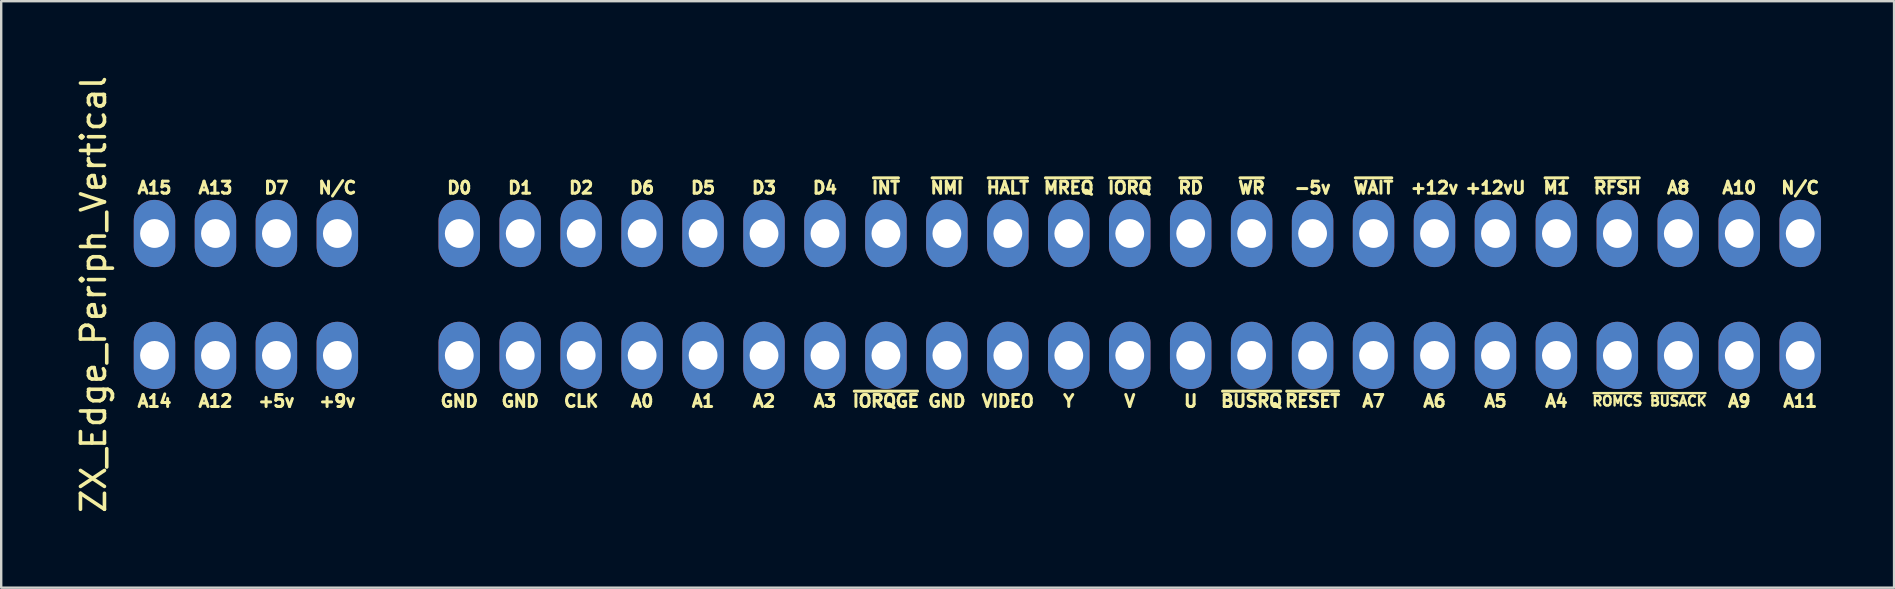
<source format=kicad_pcb>
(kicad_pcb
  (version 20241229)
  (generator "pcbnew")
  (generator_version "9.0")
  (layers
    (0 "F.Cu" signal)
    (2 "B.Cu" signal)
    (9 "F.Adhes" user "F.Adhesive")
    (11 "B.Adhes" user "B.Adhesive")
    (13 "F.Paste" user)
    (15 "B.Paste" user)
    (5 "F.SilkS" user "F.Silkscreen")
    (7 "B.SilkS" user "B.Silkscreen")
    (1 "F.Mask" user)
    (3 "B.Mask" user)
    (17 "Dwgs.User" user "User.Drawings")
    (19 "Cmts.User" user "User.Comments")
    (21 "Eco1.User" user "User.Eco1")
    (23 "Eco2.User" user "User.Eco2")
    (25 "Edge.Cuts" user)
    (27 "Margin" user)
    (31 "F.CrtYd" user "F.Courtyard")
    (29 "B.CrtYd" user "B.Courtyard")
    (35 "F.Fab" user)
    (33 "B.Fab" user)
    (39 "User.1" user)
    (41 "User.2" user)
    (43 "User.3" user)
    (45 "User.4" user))
  (footprint "ZX_Edge_Periph_Vertical"
    (layer "F.Cu")
    (at 36.408 9.22)
    (property "Reference" "ZX_Edge_Periph_Vertical" (at -35.56 0 270) (layer "F.SilkS") (effects (font (size 1 1) (thickness 0.15))))
    (attr through_hole)
    (fp_text user "D1" (at -17.78 -4.445 0) (layer "F.SilkS") (effects (font (size 0.5 0.5) (thickness 0.125))))
    (fp_text user "A1" (at -10.16 4.445 0) (layer "F.SilkS") (effects (font (size 0.5 0.5) (thickness 0.125))))
    (fp_text user "~{RESET}" (at 15.24 4.445 0) (layer "F.SilkS") (effects (font (size 0.5 0.5) (thickness 0.125))))
    (fp_text user "~{HALT}" (at 2.54 -4.445 0) (layer "F.SilkS") (effects (font (size 0.5 0.5) (thickness 0.125))))
    (fp_text user "+9v" (at -25.4 4.445 0) (layer "F.SilkS") (effects (font (size 0.5 0.5) (thickness 0.125))))
    (fp_text user "VIDEO" (at 2.54 4.445 0) (layer "F.SilkS") (effects (font (size 0.5 0.5) (thickness 0.125))))
    (fp_text user "A12" (at -30.48 4.445 0) (layer "F.SilkS") (effects (font (size 0.5 0.5) (thickness 0.125))))
    (fp_text user "~{NMI}" (at 0 -4.445 0) (layer "F.SilkS") (effects (font (size 0.5 0.5) (thickness 0.125))))
    (fp_text user "~{IORQGE}" (at -2.54 4.445 0) (layer "F.SilkS") (effects (font (size 0.5 0.5) (thickness 0.125))))
    (fp_text user "A8" (at 30.48 -4.445 0) (layer "F.SilkS") (effects (font (size 0.5 0.5) (thickness 0.125))))
    (fp_text user "~{BUSACK}" (at 30.48 4.445 0) (layer "F.SilkS") (effects (font (size 0.4 0.4) (thickness 0.1))))
    (fp_text user "A10" (at 33.02 -4.445 0) (layer "F.SilkS") (effects (font (size 0.5 0.5) (thickness 0.125))))
    (fp_text user "D7" (at -27.94 -4.445 0) (layer "F.SilkS") (effects (font (size 0.5 0.5) (thickness 0.125))))
    (fp_text user "A3" (at -5.08 4.445 0) (layer "F.SilkS") (effects (font (size 0.5 0.5) (thickness 0.125))))
    (fp_text user "A9" (at 33.02 4.445 0) (layer "F.SilkS") (effects (font (size 0.5 0.5) (thickness 0.125))))
    (fp_text user "GND" (at -17.78 4.445 0) (layer "F.SilkS") (effects (font (size 0.5 0.5) (thickness 0.125))))
    (fp_text user "D3" (at -7.62 -4.445 0) (layer "F.SilkS") (effects (font (size 0.5 0.5) (thickness 0.125))))
    (fp_text user "A11" (at 35.56 4.445 0) (layer "F.SilkS") (effects (font (size 0.5 0.5) (thickness 0.125))))
    (fp_text user "A13" (at -30.48 -4.445 0) (layer "F.SilkS") (effects (font (size 0.5 0.5) (thickness 0.125))))
    (fp_text user "N/C" (at -25.4 -4.445 0) (layer "F.SilkS") (effects (font (size 0.5 0.5) (thickness 0.125))))
    (fp_text user "CLK" (at -15.24 4.445 0) (layer "F.SilkS") (effects (font (size 0.5 0.5) (thickness 0.125))))
    (fp_text user "Y" (at 5.08 4.445 0) (layer "F.SilkS") (effects (font (size 0.5 0.5) (thickness 0.125))))
    (fp_text user "A7" (at 17.78 4.445 0) (layer "F.SilkS") (effects (font (size 0.5 0.5) (thickness 0.125))))
    (fp_text user "~{IORQ}" (at 7.62 -4.445 0) (layer "F.SilkS") (effects (font (size 0.5 0.5) (thickness 0.125))))
    (fp_text user "V" (at 7.62 4.445 0) (layer "F.SilkS") (effects (font (size 0.5 0.5) (thickness 0.125))))
    (fp_text user "~{RFSH}" (at 27.94 -4.445 0) (layer "F.SilkS") (effects (font (size 0.5 0.5) (thickness 0.125))))
    (fp_text user "A4" (at 25.4 4.445 0) (layer "F.SilkS") (effects (font (size 0.5 0.5) (thickness 0.125))))
    (fp_text user "+12v" (at 20.32 -4.445 0) (layer "F.SilkS") (effects (font (size 0.5 0.5) (thickness 0.125))))
    (fp_text user "~{BUSRQ}" (at 12.7 4.445 0) (layer "F.SilkS") (effects (font (size 0.5 0.5) (thickness 0.125))))
    (fp_text user "~{WR}" (at 12.7 -4.445 0) (layer "F.SilkS") (effects (font (size 0.5 0.5) (thickness 0.125))))
    (fp_text user "~{MREQ}" (at 5.08 -4.445 0) (layer "F.SilkS") (effects (font (size 0.5 0.5) (thickness 0.125))))
    (fp_text user "+5v" (at -27.94 4.445 0) (layer "F.SilkS") (effects (font (size 0.5 0.5) (thickness 0.125))))
    (fp_text user "~{WAIT}" (at 17.78 -4.445 0) (layer "F.SilkS") (effects (font (size 0.5 0.5) (thickness 0.125))))
    (fp_text user "A2" (at -7.62 4.445 0) (layer "F.SilkS") (effects (font (size 0.5 0.5) (thickness 0.125))))
    (fp_text user "D0" (at -20.32 -4.445 0) (layer "F.SilkS") (effects (font (size 0.5 0.5) (thickness 0.125))))
    (fp_text user "GND" (at -20.32 4.445 0) (layer "F.SilkS") (effects (font (size 0.5 0.5) (thickness 0.125))))
    (fp_text user "A0" (at -12.7 4.445 0) (layer "F.SilkS") (effects (font (size 0.5 0.5) (thickness 0.125))))
    (fp_text user "GND" (at 0 4.445 0) (layer "F.SilkS") (effects (font (size 0.5 0.5) (thickness 0.125))))
    (fp_text user "~{INT}" (at -2.54 -4.445 0) (layer "F.SilkS") (effects (font (size 0.5 0.5) (thickness 0.125))))
    (fp_text user "N/C" (at 35.56 -4.445 0) (layer "F.SilkS") (effects (font (size 0.5 0.5) (thickness 0.125))))
    (fp_text user "A6" (at 20.32 4.445 0) (layer "F.SilkS") (effects (font (size 0.5 0.5) (thickness 0.125))))
    (fp_text user "D2" (at -15.24 -4.445 0) (layer "F.SilkS") (effects (font (size 0.5 0.5) (thickness 0.125))))
    (fp_text user "D4" (at -5.08 -4.445 0) (layer "F.SilkS") (effects (font (size 0.5 0.5) (thickness 0.125))))
    (fp_text user "~{M1}" (at 25.4 -4.445 0) (layer "F.SilkS") (effects (font (size 0.5 0.5) (thickness 0.125))))
    (fp_text user "D5" (at -10.16 -4.445 0) (layer "F.SilkS") (effects (font (size 0.5 0.5) (thickness 0.125))))
    (fp_text user "D6" (at -12.7 -4.445 0) (layer "F.SilkS") (effects (font (size 0.5 0.5) (thickness 0.125))))
    (fp_text user "A5" (at 22.86 4.445 0) (layer "F.SilkS") (effects (font (size 0.5 0.5) (thickness 0.125))))
    (fp_text user "U" (at 10.16 4.445 0) (layer "F.SilkS") (effects (font (size 0.5 0.5) (thickness 0.125))))
    (fp_text user "-5v" (at 15.24 -4.445 0) (layer "F.SilkS") (effects (font (size 0.5 0.5) (thickness 0.125))))
    (fp_text user "+12vU" (at 22.86 -4.445 0) (layer "F.SilkS") (effects (font (size 0.5 0.5) (thickness 0.125))))
    (fp_text user "A15" (at -33.02 -4.445 0) (layer "F.SilkS") (effects (font (size 0.5 0.5) (thickness 0.125))))
    (fp_text user "~{ROMCS}" (at 27.94 4.445 0) (layer "F.SilkS") (effects (font (size 0.4 0.4) (thickness 0.1))))
    (fp_text user "A14" (at -33.02 4.445 0) (layer "F.SilkS") (effects (font (size 0.5 0.5) (thickness 0.125))))
    (fp_text user "~{RD}" (at 10.16 -4.445 0) (layer "F.SilkS") (effects (font (size 0.5 0.5) (thickness 0.125))))
    (pad "A1" thru_hole oval (at -33.02 2.54) (size 1.727 2.8) (drill 1.2) (layers "*.Cu" "*.Mask"))
    (pad "A2" thru_hole oval (at -30.48 2.54) (size 1.727 2.8) (drill 1.2) (layers "*.Cu" "*.Mask"))
    (pad "A3" thru_hole oval (at -27.94 2.54) (size 1.727 2.8) (drill 1.2) (layers "*.Cu" "*.Mask"))
    (pad "A4" thru_hole oval (at -25.4 2.54) (size 1.727 2.8) (drill 1.2) (layers "*.Cu" "*.Mask"))
    (pad "A6" thru_hole oval (at -20.32 2.54) (size 1.727 2.8) (drill 1.2) (layers "*.Cu" "*.Mask"))
    (pad "A7" thru_hole oval (at -17.78 2.54) (size 1.727 2.8) (drill 1.2) (layers "*.Cu" "*.Mask"))
    (pad "A8" thru_hole oval (at -15.24 2.54) (size 1.727 2.8) (drill 1.2) (layers "*.Cu" "*.Mask"))
    (pad "A9" thru_hole oval (at -12.7 2.54) (size 1.727 2.8) (drill 1.2) (layers "*.Cu" "*.Mask"))
    (pad "A10" thru_hole oval (at -10.16 2.54) (size 1.727 2.8) (drill 1.2) (layers "*.Cu" "*.Mask"))
    (pad "A11" thru_hole oval (at -7.62 2.54) (size 1.727 2.8) (drill 1.2) (layers "*.Cu" "*.Mask"))
    (pad "A12" thru_hole oval (at -5.08 2.54) (size 1.727 2.8) (drill 1.2) (layers "*.Cu" "*.Mask"))
    (pad "A13" thru_hole oval (at -2.54 2.54) (size 1.727 2.8) (drill 1.2) (layers "*.Cu" "*.Mask"))
    (pad "A14" thru_hole oval (at 0 2.54) (size 1.727 2.8) (drill 1.2) (layers "*.Cu" "*.Mask"))
    (pad "A15" thru_hole oval (at 2.54 2.54) (size 1.727 2.8) (drill 1.2) (layers "*.Cu" "*.Mask"))
    (pad "A16" thru_hole oval (at 5.08 2.54) (size 1.727 2.8) (drill 1.2) (layers "*.Cu" "*.Mask"))
    (pad "A17" thru_hole oval (at 7.62 2.54) (size 1.727 2.8) (drill 1.2) (layers "*.Cu" "*.Mask"))
    (pad "A18" thru_hole oval (at 10.16 2.54) (size 1.727 2.8) (drill 1.2) (layers "*.Cu" "*.Mask"))
    (pad "A19" thru_hole oval (at 12.7 2.54) (size 1.727 2.8) (drill 1.2) (layers "*.Cu" "*.Mask"))
    (pad "A20" thru_hole oval (at 15.24 2.54) (size 1.727 2.8) (drill 1.2) (layers "*.Cu" "*.Mask"))
    (pad "A21" thru_hole oval (at 17.78 2.54) (size 1.727 2.8) (drill 1.2) (layers "*.Cu" "*.Mask"))
    (pad "A22" thru_hole oval (at 20.32 2.54) (size 1.727 2.8) (drill 1.2) (layers "*.Cu" "*.Mask"))
    (pad "A23" thru_hole oval (at 22.86 2.54) (size 1.727 2.8) (drill 1.2) (layers "*.Cu" "*.Mask"))
    (pad "A24" thru_hole oval (at 25.4 2.54) (size 1.727 2.8) (drill 1.2) (layers "*.Cu" "*.Mask"))
    (pad "A25" thru_hole oval (at 27.94 2.54) (size 1.727 2.8) (drill 1.2) (layers "*.Cu" "*.Mask"))
    (pad "A26" thru_hole oval (at 30.48 2.54) (size 1.727 2.8) (drill 1.2) (layers "*.Cu" "*.Mask"))
    (pad "A27" thru_hole oval (at 33.02 2.54) (size 1.727 2.8) (drill 1.2) (layers "*.Cu" "*.Mask"))
    (pad "A28" thru_hole oval (at 35.56 2.54) (size 1.727 2.8) (drill 1.2) (layers "*.Cu" "*.Mask"))
    (pad "B1" thru_hole oval (at -33.02 -2.54) (size 1.727 2.8) (drill 1.2) (layers "*.Cu" "*.Mask"))
    (pad "B2" thru_hole oval (at -30.48 -2.54) (size 1.727 2.8) (drill 1.2) (layers "*.Cu" "*.Mask"))
    (pad "B3" thru_hole oval (at -27.94 -2.54) (size 1.727 2.8) (drill 1.2) (layers "*.Cu" "*.Mask"))
    (pad "B4" thru_hole oval (at -25.4 -2.54) (size 1.727 2.8) (drill 1.2) (layers "*.Cu" "*.Mask"))
    (pad "B6" thru_hole oval (at -20.32 -2.54) (size 1.727 2.8) (drill 1.2) (layers "*.Cu" "*.Mask"))
    (pad "B7" thru_hole oval (at -17.78 -2.54) (size 1.727 2.8) (drill 1.2) (layers "*.Cu" "*.Mask"))
    (pad "B8" thru_hole oval (at -15.24 -2.54) (size 1.727 2.8) (drill 1.2) (layers "*.Cu" "*.Mask"))
    (pad "B9" thru_hole oval (at -12.7 -2.54) (size 1.727 2.8) (drill 1.2) (layers "*.Cu" "*.Mask"))
    (pad "B10" thru_hole oval (at -10.16 -2.54) (size 1.727 2.8) (drill 1.2) (layers "*.Cu" "*.Mask"))
    (pad "B11" thru_hole oval (at -7.62 -2.54) (size 1.727 2.8) (drill 1.2) (layers "*.Cu" "*.Mask"))
    (pad "B12" thru_hole oval (at -5.08 -2.54) (size 1.727 2.8) (drill 1.2) (layers "*.Cu" "*.Mask"))
    (pad "B13" thru_hole oval (at -2.54 -2.54) (size 1.727 2.8) (drill 1.2) (layers "*.Cu" "*.Mask"))
    (pad "B14" thru_hole oval (at 0 -2.54) (size 1.727 2.8) (drill 1.2) (layers "*.Cu" "*.Mask"))
    (pad "B15" thru_hole oval (at 2.54 -2.54) (size 1.727 2.8) (drill 1.2) (layers "*.Cu" "*.Mask"))
    (pad "B16" thru_hole oval (at 5.08 -2.54) (size 1.727 2.8) (drill 1.2) (layers "*.Cu" "*.Mask"))
    (pad "B17" thru_hole oval (at 7.62 -2.54) (size 1.727 2.8) (drill 1.2) (layers "*.Cu" "*.Mask"))
    (pad "B18" thru_hole oval (at 10.16 -2.54) (size 1.727 2.8) (drill 1.2) (layers "*.Cu" "*.Mask"))
    (pad "B19" thru_hole oval (at 12.7 -2.54) (size 1.727 2.8) (drill 1.2) (layers "*.Cu" "*.Mask"))
    (pad "B20" thru_hole oval (at 15.24 -2.54) (size 1.727 2.8) (drill 1.2) (layers "*.Cu" "*.Mask"))
    (pad "B21" thru_hole oval (at 17.78 -2.54) (size 1.727 2.8) (drill 1.2) (layers "*.Cu" "*.Mask"))
    (pad "B22" thru_hole oval (at 20.32 -2.54) (size 1.727 2.8) (drill 1.2) (layers "*.Cu" "*.Mask"))
    (pad "B23" thru_hole oval (at 22.86 -2.54) (size 1.727 2.8) (drill 1.2) (layers "*.Cu" "*.Mask"))
    (pad "B24" thru_hole oval (at 25.4 -2.54) (size 1.727 2.8) (drill 1.2) (layers "*.Cu" "*.Mask"))
    (pad "B25" thru_hole oval (at 27.94 -2.54) (size 1.727 2.8) (drill 1.2) (layers "*.Cu" "*.Mask"))
    (pad "B26" thru_hole oval (at 30.48 -2.54) (size 1.727 2.8) (drill 1.2) (layers "*.Cu" "*.Mask"))
    (pad "B27" thru_hole oval (at 33.02 -2.54) (size 1.727 2.8) (drill 1.2) (layers "*.Cu" "*.Mask"))
    (pad "B28" thru_hole oval (at 35.56 -2.54) (size 1.727 2.8) (drill 1.2) (layers "*.Cu" "*.Mask")))
  (gr_rect
    (start -3 -3)
    (end 75.88 21.44)
    (stroke (width 0.1) (type default))
    (fill no)
    (layer "Edge.Cuts")))
</source>
